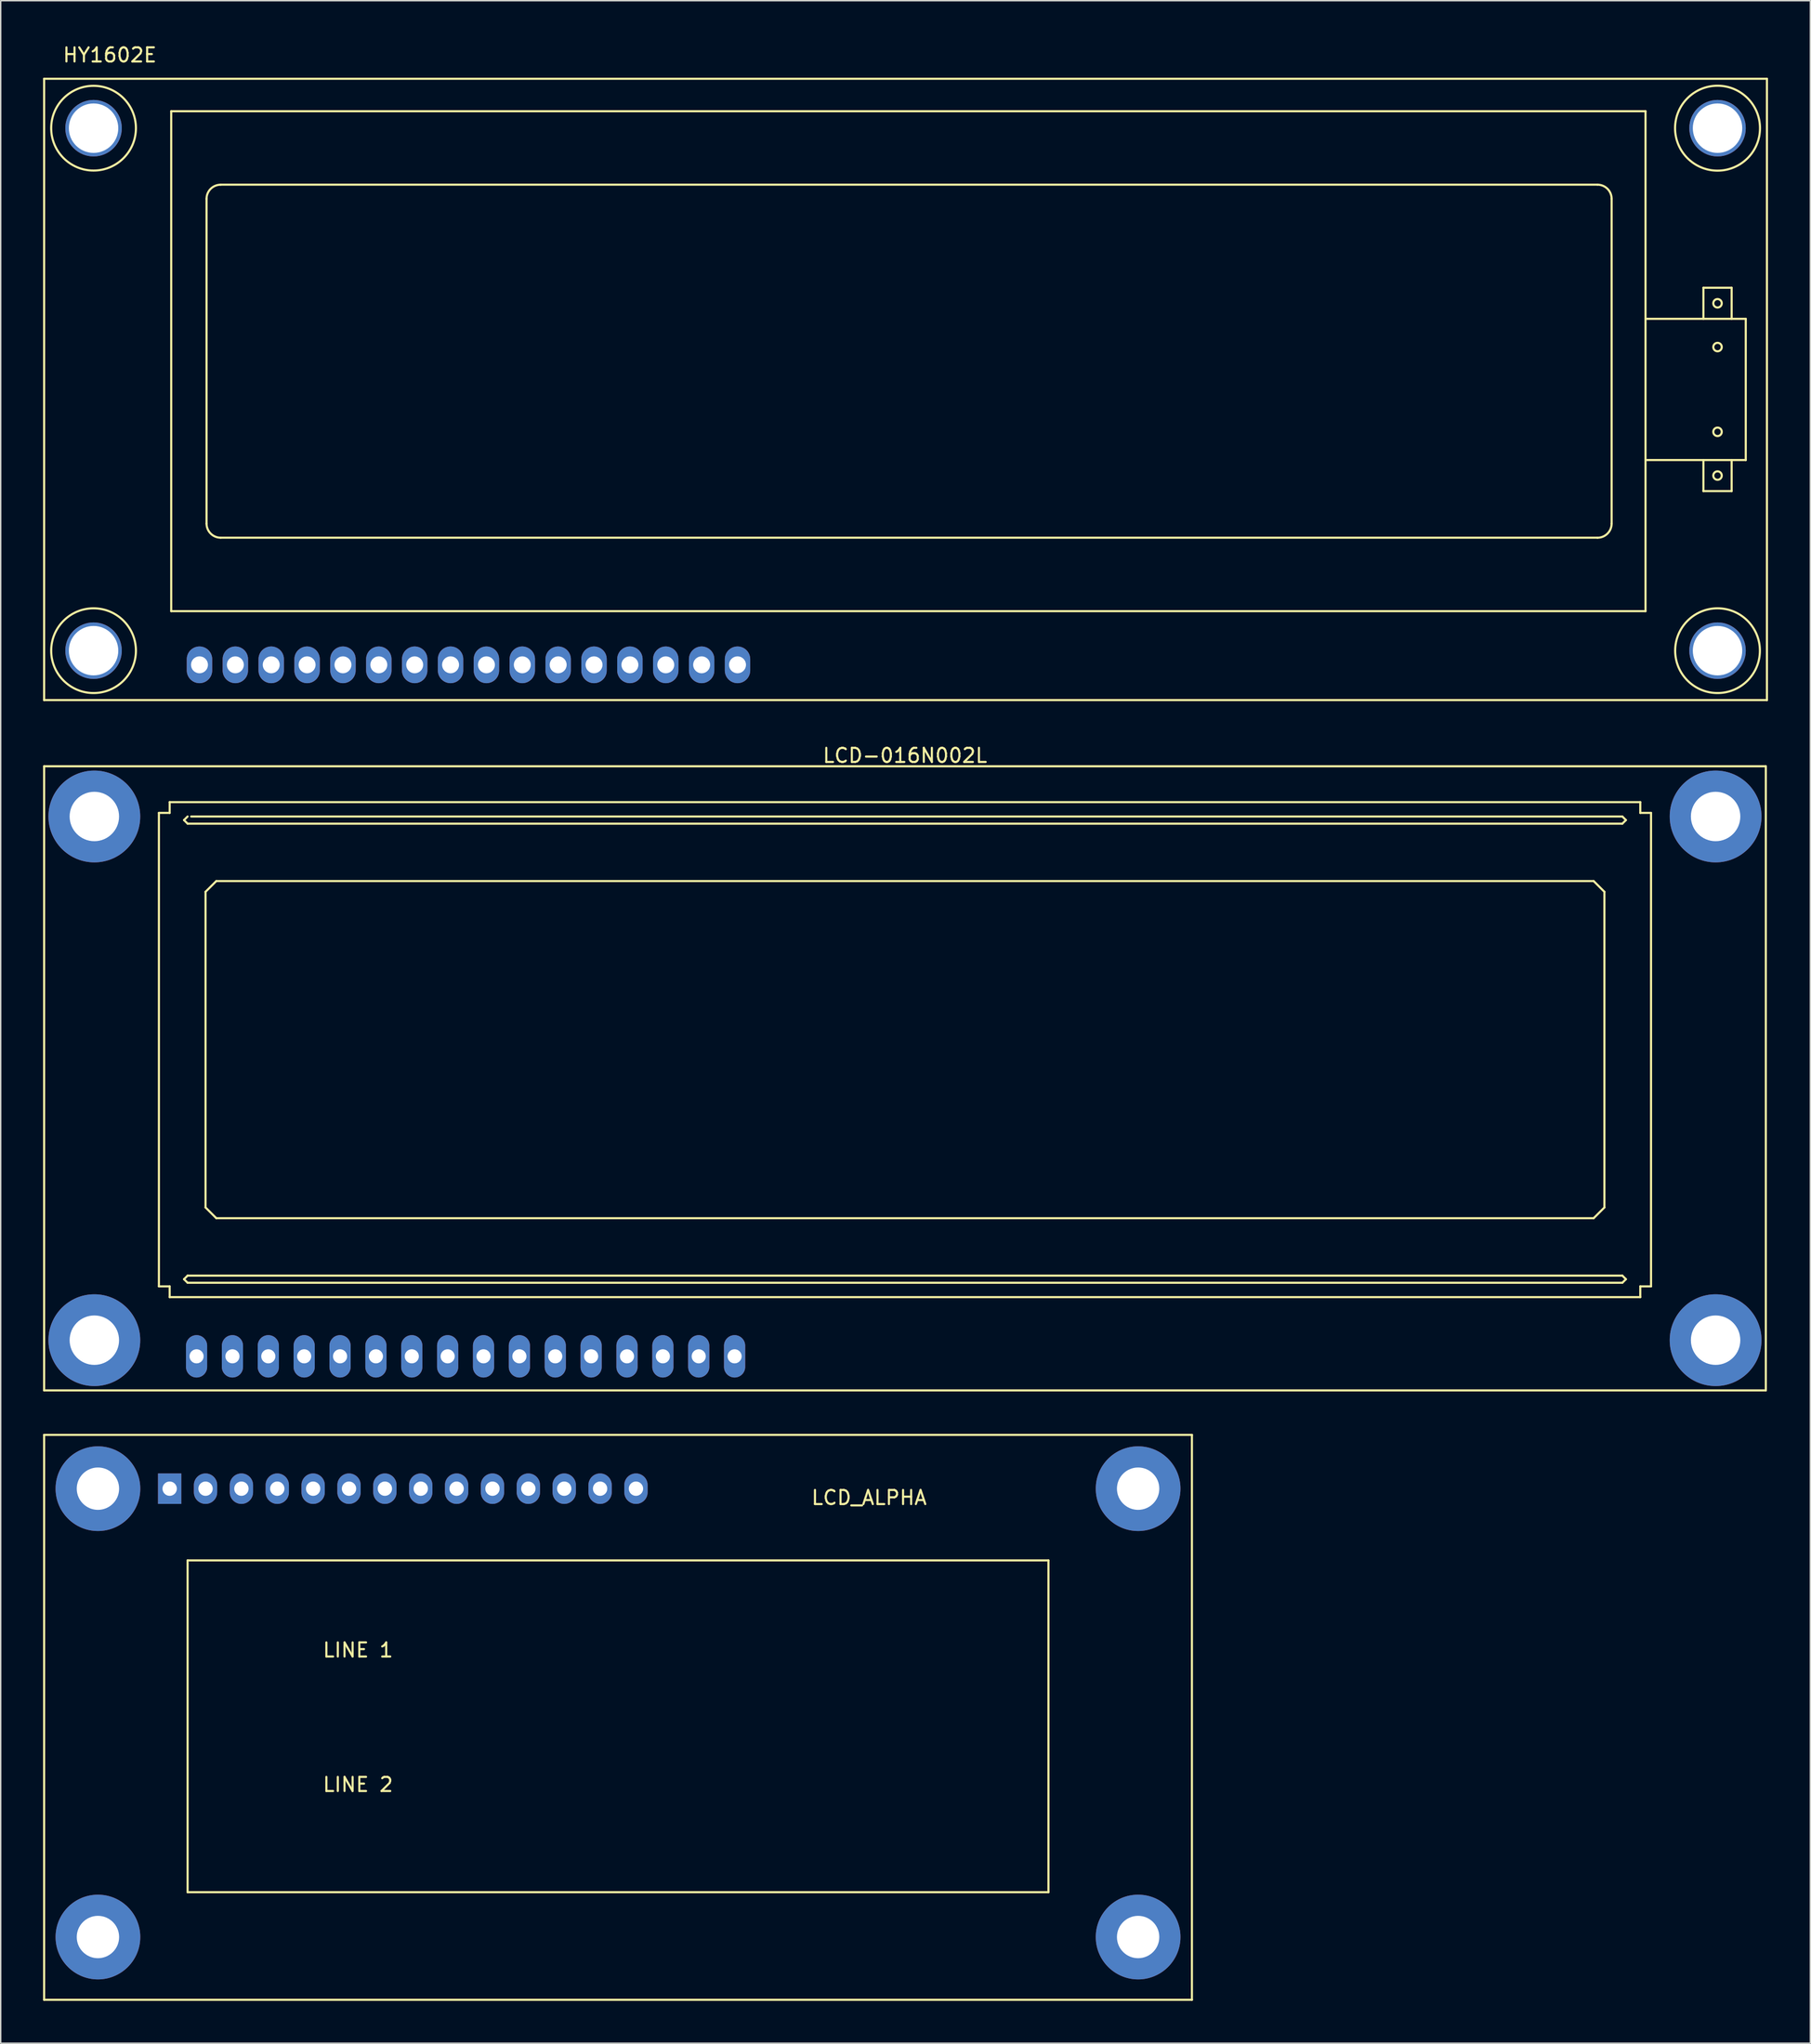
<source format=kicad_pcb>
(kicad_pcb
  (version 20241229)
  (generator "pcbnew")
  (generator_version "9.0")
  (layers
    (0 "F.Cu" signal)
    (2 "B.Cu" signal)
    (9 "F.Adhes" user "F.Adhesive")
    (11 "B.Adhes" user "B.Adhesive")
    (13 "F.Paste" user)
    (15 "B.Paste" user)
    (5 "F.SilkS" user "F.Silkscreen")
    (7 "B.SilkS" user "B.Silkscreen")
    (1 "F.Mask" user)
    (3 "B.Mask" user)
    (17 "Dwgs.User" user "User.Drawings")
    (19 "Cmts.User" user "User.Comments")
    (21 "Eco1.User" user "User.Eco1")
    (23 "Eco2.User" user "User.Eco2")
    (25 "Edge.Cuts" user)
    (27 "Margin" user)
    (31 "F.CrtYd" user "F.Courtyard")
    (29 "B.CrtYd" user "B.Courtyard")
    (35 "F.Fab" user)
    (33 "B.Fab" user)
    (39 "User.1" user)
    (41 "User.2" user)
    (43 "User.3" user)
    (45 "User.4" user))
  (footprint "LCD-016N002L"
    (layer "F.Cu")
    (at 61.035 73.311)
    (property "Reference" "LCD-016N002L" (at 0 -22.86 0) (layer "F.SilkS") (effects (font (size 1 1) (thickness 0.15))))
    (attr through_hole)
    (fp_line (start -60.96 -22.098) (end 60.96 -22.098) (stroke (width 0.15) (type solid)) (layer "F.SilkS"))
    (fp_line (start -60.96 22.098) (end -60.96 -22.098) (stroke (width 0.15) (type solid)) (layer "F.SilkS"))
    (fp_line (start -52.832 -18.796) (end -52.832 14.732) (stroke (width 0.15) (type solid)) (layer "F.SilkS"))
    (fp_line (start -52.832 -18.796) (end -52.07 -18.796) (stroke (width 0.15) (type solid)) (layer "F.SilkS"))
    (fp_line (start -52.07 -18.796) (end -52.07 -19.558) (stroke (width 0.15) (type solid)) (layer "F.SilkS"))
    (fp_line (start -52.07 14.732) (end -52.832 14.732) (stroke (width 0.15) (type solid)) (layer "F.SilkS"))
    (fp_line (start -52.07 15.494) (end -52.07 14.732) (stroke (width 0.15) (type solid)) (layer "F.SilkS"))
    (fp_line (start -52.07 15.494) (end 52.07 15.494) (stroke (width 0.15) (type solid)) (layer "F.SilkS"))
    (fp_line (start -51.054 -18.288) (end -50.8 -18.034) (stroke (width 0.15) (type solid)) (layer "F.SilkS"))
    (fp_line (start -51.054 14.224) (end -50.8 13.97) (stroke (width 0.15) (type solid)) (layer "F.SilkS"))
    (fp_line (start -50.8 -18.542) (end -51.054 -18.288) (stroke (width 0.15) (type solid)) (layer "F.SilkS"))
    (fp_line (start -50.8 -18.034) (end 50.8 -18.034) (stroke (width 0.15) (type solid)) (layer "F.SilkS"))
    (fp_line (start -50.8 14.478) (end -51.054 14.224) (stroke (width 0.15) (type solid)) (layer "F.SilkS"))
    (fp_line (start -50.8 14.478) (end 50.8 14.478) (stroke (width 0.15) (type solid)) (layer "F.SilkS"))
    (fp_line (start -49.53 -13.208) (end -48.768 -13.97) (stroke (width 0.15) (type solid)) (layer "F.SilkS"))
    (fp_line (start -49.53 9.144) (end -49.53 -13.208) (stroke (width 0.15) (type solid)) (layer "F.SilkS"))
    (fp_line (start -48.768 -13.97) (end 48.768 -13.97) (stroke (width 0.15) (type solid)) (layer "F.SilkS"))
    (fp_line (start -48.768 9.906) (end -49.53 9.144) (stroke (width 0.15) (type solid)) (layer "F.SilkS"))
    (fp_line (start 48.768 -13.97) (end 49.53 -13.208) (stroke (width 0.15) (type solid)) (layer "F.SilkS"))
    (fp_line (start 48.768 9.906) (end -48.768 9.906) (stroke (width 0.15) (type solid)) (layer "F.SilkS"))
    (fp_line (start 49.53 -13.208) (end 49.53 9.144) (stroke (width 0.15) (type solid)) (layer "F.SilkS"))
    (fp_line (start 49.53 9.144) (end 48.768 9.906) (stroke (width 0.15) (type solid)) (layer "F.SilkS"))
    (fp_line (start 50.8 -18.542) (end -50.546 -18.542) (stroke (width 0.15) (type solid)) (layer "F.SilkS"))
    (fp_line (start 50.8 -18.034) (end 51.054 -18.288) (stroke (width 0.15) (type solid)) (layer "F.SilkS"))
    (fp_line (start 50.8 13.97) (end -50.8 13.97) (stroke (width 0.15) (type solid)) (layer "F.SilkS"))
    (fp_line (start 50.8 14.478) (end 51.054 14.224) (stroke (width 0.15) (type solid)) (layer "F.SilkS"))
    (fp_line (start 51.054 -18.288) (end 50.8 -18.542) (stroke (width 0.15) (type solid)) (layer "F.SilkS"))
    (fp_line (start 51.054 14.224) (end 50.8 13.97) (stroke (width 0.15) (type solid)) (layer "F.SilkS"))
    (fp_line (start 52.07 -19.558) (end -52.07 -19.558) (stroke (width 0.15) (type solid)) (layer "F.SilkS"))
    (fp_line (start 52.07 -19.558) (end 52.07 -18.796) (stroke (width 0.15) (type solid)) (layer "F.SilkS"))
    (fp_line (start 52.07 -18.796) (end 52.832 -18.796) (stroke (width 0.15) (type solid)) (layer "F.SilkS"))
    (fp_line (start 52.07 14.732) (end 52.832 14.732) (stroke (width 0.15) (type solid)) (layer "F.SilkS"))
    (fp_line (start 52.07 15.494) (end 52.07 14.732) (stroke (width 0.15) (type solid)) (layer "F.SilkS"))
    (fp_line (start 52.832 14.732) (end 52.832 -18.796) (stroke (width 0.15) (type solid)) (layer "F.SilkS"))
    (fp_line (start 60.96 -22.098) (end 60.96 22.098) (stroke (width 0.15) (type solid)) (layer "F.SilkS"))
    (fp_line (start 60.96 22.098) (end -60.96 22.098) (stroke (width 0.15) (type solid)) (layer "F.SilkS"))
    (pad "" thru_hole circle (at -57.404 -18.542) (size 6.5 6.5) (drill 3.5) (layers "*.Cu" "*.Mask"))
    (pad "" thru_hole circle (at -57.404 18.542) (size 6.5 6.5) (drill 3.5) (layers "*.Cu" "*.Mask"))
    (pad "" thru_hole circle (at 57.404 -18.542) (size 6.5 6.5) (drill 3.5) (layers "*.Cu" "*.Mask"))
    (pad "" thru_hole circle (at 57.404 18.542) (size 6.5 6.5) (drill 3.5) (layers "*.Cu" "*.Mask"))
    (pad "1" thru_hole oval (at -17.145 19.685) (size 1.5 3) (drill 1) (layers "*.Cu" "*.Mask"))
    (pad "2" thru_hole oval (at -19.685 19.685) (size 1.5 3) (drill 1) (layers "*.Cu" "*.Mask"))
    (pad "3" thru_hole oval (at -22.225 19.685) (size 1.5 3) (drill 1) (layers "*.Cu" "*.Mask"))
    (pad "4" thru_hole oval (at -24.765 19.685) (size 1.5 3) (drill 1) (layers "*.Cu" "*.Mask"))
    (pad "5" thru_hole oval (at -27.305 19.685) (size 1.5 3) (drill 1) (layers "*.Cu" "*.Mask"))
    (pad "6" thru_hole oval (at -29.845 19.685) (size 1.5 3) (drill 1) (layers "*.Cu" "*.Mask"))
    (pad "7" thru_hole oval (at -32.385 19.685) (size 1.5 3) (drill 1) (layers "*.Cu" "*.Mask"))
    (pad "8" thru_hole oval (at -34.925 19.685) (size 1.5 3) (drill 1) (layers "*.Cu" "*.Mask"))
    (pad "9" thru_hole oval (at -37.465 19.685) (size 1.5 3) (drill 1) (layers "*.Cu" "*.Mask"))
    (pad "10" thru_hole oval (at -40.005 19.685) (size 1.5 3) (drill 1) (layers "*.Cu" "*.Mask"))
    (pad "11" thru_hole oval (at -42.545 19.685) (size 1.5 3) (drill 1) (layers "*.Cu" "*.Mask"))
    (pad "12" thru_hole oval (at -45.085 19.685) (size 1.5 3) (drill 1) (layers "*.Cu" "*.Mask"))
    (pad "13" thru_hole oval (at -47.625 19.685) (size 1.5 3) (drill 1) (layers "*.Cu" "*.Mask"))
    (pad "14" thru_hole oval (at -50.165 19.685) (size 1.5 3) (drill 1) (layers "*.Cu" "*.Mask"))
    (pad "15" thru_hole oval (at -14.605 19.685) (size 1.5 3) (drill 1) (layers "*.Cu" "*.Mask"))
    (pad "16" thru_hole oval (at -12.065 19.685) (size 1.5 3) (drill 1) (layers "*.Cu" "*.Mask")))
  (footprint "LCD_ALPHA"
    (layer "F.Cu")
    (at 25.475 102.369)
    (property "Reference" "LCD_ALPHA" (at 33.02 0.635 0) (layer "F.SilkS") (effects (font (size 1 1) (thickness 0.15))))
    (attr through_hole)
    (fp_line (start -25.4 -3.81) (end 55.88 -3.81) (stroke (width 0.15) (type solid)) (layer "F.SilkS"))
    (fp_line (start -25.4 36.195) (end -25.4 -3.81) (stroke (width 0.15) (type solid)) (layer "F.SilkS"))
    (fp_line (start -15.24 5.08) (end 45.72 5.08) (stroke (width 0.15) (type solid)) (layer "F.SilkS"))
    (fp_line (start -15.24 28.575) (end -15.24 5.08) (stroke (width 0.15) (type solid)) (layer "F.SilkS"))
    (fp_line (start 45.72 5.08) (end 45.72 28.575) (stroke (width 0.15) (type solid)) (layer "F.SilkS"))
    (fp_line (start 45.72 28.575) (end -15.24 28.575) (stroke (width 0.15) (type solid)) (layer "F.SilkS"))
    (fp_line (start 55.88 -3.81) (end 55.88 36.195) (stroke (width 0.15) (type solid)) (layer "F.SilkS"))
    (fp_line (start 55.88 36.195) (end -25.4 36.195) (stroke (width 0.15) (type solid)) (layer "F.SilkS"))
    (fp_text user "LINE 1" (at -3.175 11.43 0) (layer "F.SilkS") (effects (font (size 1 1) (thickness 0.15))))
    (fp_text user "LINE 2" (at -3.175 20.955 0) (layer "F.SilkS") (effects (font (size 1 1) (thickness 0.15))))
    (pad "" thru_hole circle (at -21.59 0) (size 5.999 5.999) (drill 3) (layers "*.Cu" "*.Mask"))
    (pad "" thru_hole circle (at -21.59 31.75) (size 5.999 5.999) (drill 3) (layers "*.Cu" "*.Mask"))
    (pad "" thru_hole circle (at 52.07 0) (size 5.999 5.999) (drill 3) (layers "*.Cu" "*.Mask"))
    (pad "" thru_hole circle (at 52.07 31.75) (size 5.999 5.999) (drill 3) (layers "*.Cu" "*.Mask"))
    (pad "1" thru_hole rect (at -16.51 0) (size 1.651 2.159) (drill 1.016) (layers "*.Cu" "*.Mask"))
    (pad "2" thru_hole oval (at -13.97 0) (size 1.651 2.159) (drill 1.016) (layers "*.Cu" "*.Mask"))
    (pad "3" thru_hole oval (at -11.43 0) (size 1.651 2.159) (drill 1.016) (layers "*.Cu" "*.Mask"))
    (pad "4" thru_hole oval (at -8.89 0) (size 1.651 2.159) (drill 1.016) (layers "*.Cu" "*.Mask"))
    (pad "5" thru_hole oval (at -6.35 0) (size 1.651 2.159) (drill 1.016) (layers "*.Cu" "*.Mask"))
    (pad "6" thru_hole oval (at -3.81 0) (size 1.651 2.159) (drill 1.016) (layers "*.Cu" "*.Mask"))
    (pad "7" thru_hole oval (at -1.27 0) (size 1.651 2.159) (drill 1.016) (layers "*.Cu" "*.Mask"))
    (pad "8" thru_hole oval (at 1.27 0) (size 1.651 2.159) (drill 1.016) (layers "*.Cu" "*.Mask"))
    (pad "9" thru_hole oval (at 3.81 0) (size 1.651 2.159) (drill 1.016) (layers "*.Cu" "*.Mask"))
    (pad "10" thru_hole oval (at 6.35 0) (size 1.651 2.159) (drill 1.016) (layers "*.Cu" "*.Mask"))
    (pad "11" thru_hole oval (at 8.89 0) (size 1.651 2.159) (drill 1.016) (layers "*.Cu" "*.Mask"))
    (pad "12" thru_hole oval (at 11.43 0) (size 1.651 2.159) (drill 1.016) (layers "*.Cu" "*.Mask"))
    (pad "13" thru_hole oval (at 13.97 0) (size 1.651 2.159) (drill 1.016) (layers "*.Cu" "*.Mask"))
    (pad "14" thru_hole oval (at 16.51 0) (size 1.651 2.159) (drill 1.016) (layers "*.Cu" "*.Mask")))
  (footprint "HY1602E"
    (layer "F.Cu")
    (at 49.176 44.028)
    (property "Reference" "HY1602E" (at -44.45 -43.18 0) (layer "F.SilkS") (effects (font (size 1 1) (thickness 0.15))))
    (attr through_hole)
    (fp_line (start -49.101 -41.501) (end -49.101 2.499) (stroke (width 0.15) (type solid)) (layer "F.SilkS"))
    (fp_line (start -49.101 2.499) (end 72.898 2.499) (stroke (width 0.15) (type solid)) (layer "F.SilkS"))
    (fp_line (start -40.102 -39.2) (end 64.3 -39.2) (stroke (width 0.15) (type solid)) (layer "F.SilkS"))
    (fp_line (start -40.102 -3.8) (end -40.102 -39.2) (stroke (width 0.15) (type solid)) (layer "F.SilkS"))
    (fp_line (start -37.6 -10) (end -37.6 -33) (stroke (width 0.15) (type solid)) (layer "F.SilkS"))
    (fp_line (start -36.601 -34) (end 60.899 -34) (stroke (width 0.15) (type solid)) (layer "F.SilkS"))
    (fp_line (start 60.899 -9.002) (end -36.601 -9.002) (stroke (width 0.15) (type solid)) (layer "F.SilkS"))
    (fp_line (start 61.9 -33) (end 61.9 -10) (stroke (width 0.15) (type solid)) (layer "F.SilkS"))
    (fp_line (start 64.3 -39.2) (end 64.3 -3.8) (stroke (width 0.15) (type solid)) (layer "F.SilkS"))
    (fp_line (start 64.3 -24.501) (end 71.399 -24.501) (stroke (width 0.15) (type solid)) (layer "F.SilkS"))
    (fp_line (start 64.3 -3.8) (end -40.102 -3.8) (stroke (width 0.15) (type solid)) (layer "F.SilkS"))
    (fp_line (start 68.4 -26.7) (end 70.399 -26.7) (stroke (width 0.15) (type solid)) (layer "F.SilkS"))
    (fp_line (start 68.4 -24.501) (end 68.4 -26.7) (stroke (width 0.15) (type solid)) (layer "F.SilkS"))
    (fp_line (start 68.4 -14.501) (end 68.4 -12.301) (stroke (width 0.15) (type solid)) (layer "F.SilkS"))
    (fp_line (start 68.4 -12.301) (end 70.399 -12.301) (stroke (width 0.15) (type solid)) (layer "F.SilkS"))
    (fp_line (start 70.399 -26.7) (end 70.399 -24.501) (stroke (width 0.15) (type solid)) (layer "F.SilkS"))
    (fp_line (start 70.399 -12.301) (end 70.399 -14.501) (stroke (width 0.15) (type solid)) (layer "F.SilkS"))
    (fp_line (start 71.399 -24.501) (end 71.399 -14.501) (stroke (width 0.15) (type solid)) (layer "F.SilkS"))
    (fp_line (start 71.399 -14.501) (end 64.3 -14.501) (stroke (width 0.15) (type solid)) (layer "F.SilkS"))
    (fp_line (start 72.898 -41.501) (end -49.101 -41.501) (stroke (width 0.15) (type solid)) (layer "F.SilkS"))
    (fp_line (start 72.898 2.499) (end 72.898 -41.501) (stroke (width 0.15) (type solid)) (layer "F.SilkS"))
    (fp_arc (start -37.59962 -32.99968) (mid -37.307248 -33.705528) (end -36.6014 -33.9979) (stroke (width 0.15) (type solid)) (layer "F.SilkS"))
    (fp_arc (start -36.6014 -9.00176) (mid -37.307248 -9.294132) (end -37.59962 -9.99998) (stroke (width 0.15) (type solid)) (layer "F.SilkS"))
    (fp_arc (start 60.89904 -34.00044) (mid 61.606684 -33.707324) (end 61.8998 -32.99968) (stroke (width 0.15) (type solid)) (layer "F.SilkS"))
    (fp_arc (start 61.8998 -9.99998) (mid 61.606684 -9.292336) (end 60.89904 -8.99922) (stroke (width 0.15) (type solid)) (layer "F.SilkS"))
    (fp_circle (center -45.601 -38.001) (end -42.601 -38.001) (stroke (width 0.15) (type solid)) (fill no) (layer "F.SilkS"))
    (fp_circle (center -45.601 -1.001) (end -42.601 -1.001) (stroke (width 0.15) (type solid)) (fill no) (layer "F.SilkS"))
    (fp_circle (center 69.4 -38.001) (end 72.4 -37.8) (stroke (width 0.15) (type solid)) (fill no) (layer "F.SilkS"))
    (fp_circle (center 69.4 -25.601) (end 69.7 -25.601) (stroke (width 0.15) (type solid)) (fill no) (layer "F.SilkS"))
    (fp_circle (center 69.4 -22.502) (end 69.7 -22.502) (stroke (width 0.15) (type solid)) (fill no) (layer "F.SilkS"))
    (fp_circle (center 69.4 -16.5) (end 69.7 -16.5) (stroke (width 0.15) (type solid)) (fill no) (layer "F.SilkS"))
    (fp_circle (center 69.4 -13.401) (end 69.7 -13.401) (stroke (width 0.15) (type solid)) (fill no) (layer "F.SilkS"))
    (fp_circle (center 69.4 -1.001) (end 72.4 -1.001) (stroke (width 0.15) (type solid)) (fill no) (layer "F.SilkS"))
    (pad "0" thru_hole circle (at -45.601 -38.001) (size 4 4) (drill 3.5) (layers "*.Cu" "*.Mask"))
    (pad "0" thru_hole circle (at -45.601 -1.001) (size 4 4) (drill 3.5) (layers "*.Cu" "*.Mask"))
    (pad "0" thru_hole circle (at 69.4 -38.001) (size 4 4) (drill 3.5) (layers "*.Cu" "*.Mask"))
    (pad "0" thru_hole circle (at 69.4 -1.001) (size 4 4) (drill 3.5) (layers "*.Cu" "*.Mask"))
    (pad "1" thru_hole oval (at 0 0) (size 1.8 2.6) (drill 1.2) (layers "*.Cu" "*.Mask"))
    (pad "2" thru_hole oval (at -2.54 0) (size 1.8 2.6) (drill 1.2) (layers "*.Cu" "*.Mask"))
    (pad "3" thru_hole oval (at -5.08 0) (size 1.8 2.6) (drill 1.2) (layers "*.Cu" "*.Mask"))
    (pad "4" thru_hole oval (at -7.62 0) (size 1.8 2.6) (drill 1.2) (layers "*.Cu" "*.Mask"))
    (pad "5" thru_hole oval (at -10.16 0) (size 1.8 2.6) (drill 1.2) (layers "*.Cu" "*.Mask"))
    (pad "6" thru_hole oval (at -12.7 0) (size 1.8 2.6) (drill 1.2) (layers "*.Cu" "*.Mask"))
    (pad "7" thru_hole oval (at -15.24 0) (size 1.8 2.6) (drill 1.2) (layers "*.Cu" "*.Mask"))
    (pad "8" thru_hole oval (at -17.78 0) (size 1.8 2.6) (drill 1.2) (layers "*.Cu" "*.Mask"))
    (pad "9" thru_hole oval (at -20.32 0) (size 1.8 2.6) (drill 1.2) (layers "*.Cu" "*.Mask"))
    (pad "10" thru_hole oval (at -22.86 0) (size 1.8 2.6) (drill 1.2) (layers "*.Cu" "*.Mask"))
    (pad "11" thru_hole oval (at -25.4 0) (size 1.8 2.6) (drill 1.2) (layers "*.Cu" "*.Mask"))
    (pad "12" thru_hole oval (at -27.94 0) (size 1.8 2.6) (drill 1.2) (layers "*.Cu" "*.Mask"))
    (pad "13" thru_hole oval (at -30.48 0) (size 1.8 2.6) (drill 1.2) (layers "*.Cu" "*.Mask"))
    (pad "14" thru_hole oval (at -33.02 0) (size 1.8 2.6) (drill 1.2) (layers "*.Cu" "*.Mask"))
    (pad "15" thru_hole oval (at -35.56 0) (size 1.8 2.6) (drill 1.2) (layers "*.Cu" "*.Mask"))
    (pad "16" thru_hole oval (at -38.1 0) (size 1.8 2.6) (drill 1.2) (layers "*.Cu" "*.Mask")))
  (gr_rect
    (start -3 -3)
    (end 125.149 141.639)
    (stroke (width 0.1) (type default))
    (fill no)
    (layer "Edge.Cuts")))
</source>
